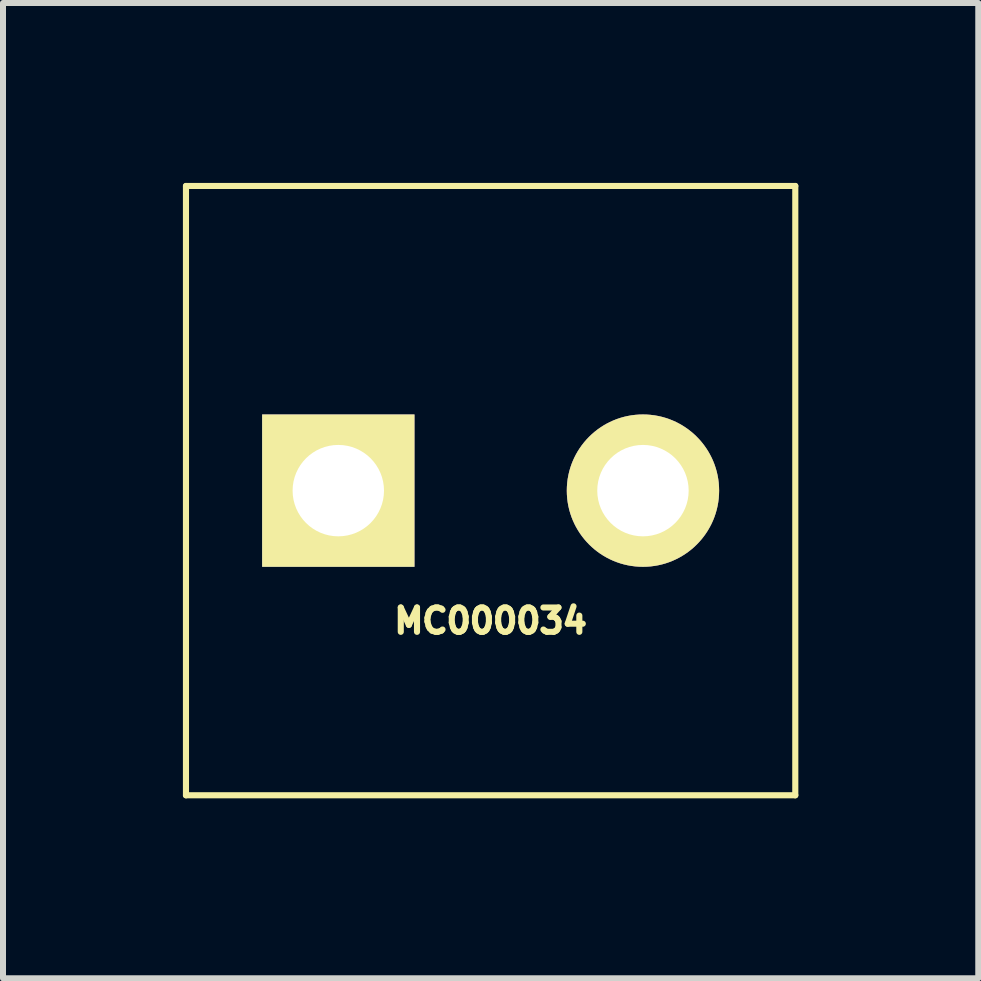
<source format=kicad_pcb>
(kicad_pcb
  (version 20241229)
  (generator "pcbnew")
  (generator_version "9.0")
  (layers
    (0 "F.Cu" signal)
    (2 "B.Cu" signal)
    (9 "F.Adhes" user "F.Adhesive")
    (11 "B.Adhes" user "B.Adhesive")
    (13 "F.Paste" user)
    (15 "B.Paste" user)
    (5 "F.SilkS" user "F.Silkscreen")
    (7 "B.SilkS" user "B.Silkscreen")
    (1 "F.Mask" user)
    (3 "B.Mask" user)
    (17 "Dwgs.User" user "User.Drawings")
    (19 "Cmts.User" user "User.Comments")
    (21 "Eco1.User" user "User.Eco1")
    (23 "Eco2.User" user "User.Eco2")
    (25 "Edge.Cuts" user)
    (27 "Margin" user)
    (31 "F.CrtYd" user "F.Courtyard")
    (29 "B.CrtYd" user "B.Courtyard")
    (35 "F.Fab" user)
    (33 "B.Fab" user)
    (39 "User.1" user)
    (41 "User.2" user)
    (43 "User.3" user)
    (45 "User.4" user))
  (footprint "MC000034"
    (layer "F.Cu")
    (at 5.131 5.131)
    (property "Reference" "MC000034" (at 0 2.172 0) (layer "F.SilkS") (effects (font (size 0.406 0.406) (thickness 0.102))))
    (attr through_hole)
    (fp_line (start -5.08 -5.08) (end -5.08 5.08) (stroke (width 0.102) (type solid)) (layer "F.SilkS"))
    (fp_line (start -5.08 5.08) (end 5.08 5.08) (stroke (width 0.102) (type solid)) (layer "F.SilkS"))
    (fp_line (start 5.08 -5.08) (end -5.08 -5.08) (stroke (width 0.102) (type solid)) (layer "F.SilkS"))
    (fp_line (start 5.08 5.08) (end 5.08 -5.08) (stroke (width 0.102) (type solid)) (layer "F.SilkS"))
    (pad "1" thru_hole rect (at -2.54 0) (size 2.54 2.54) (drill 1.524) (layers "*.Cu" "*.Mask" "F.SilkS"))
    (pad "2" thru_hole circle (at 2.54 0) (size 2.54 2.54) (drill 1.524) (layers "*.Cu" "*.Mask" "F.SilkS")))
  (gr_rect
    (start -3 -3)
    (end 13.262 13.262)
    (stroke (width 0.1) (type default))
    (fill no)
    (layer "Edge.Cuts")))
</source>
